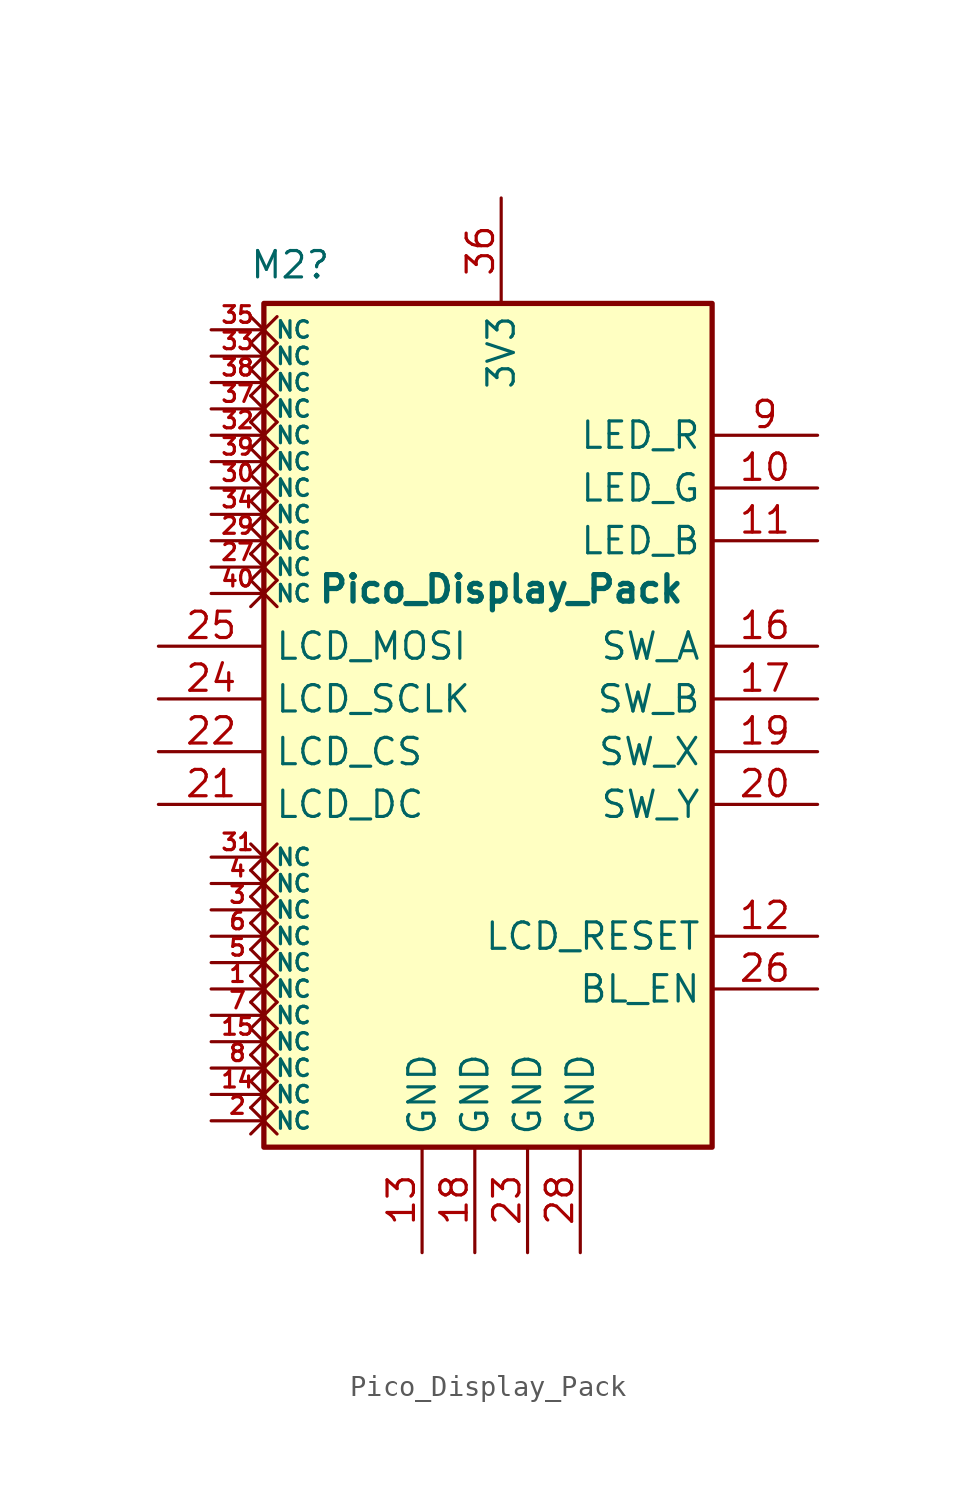
<source format=kicad_sym>
(kicad_symbol_lib
  (version 20211014)
  (generator kicad_symbol_editor)
  (symbol "solarpump:Pico_Display_Pack"
    (property "Reference" "M2"
      (at -10.16 22.178 0)
      (effects (font (size 1.27 1.27))))
    (property "Value" "Pico_Display_Pack"
      (at 0 6.56 0)
      (effects (font (size 1.27 1.27) bold)))
    (symbol "Pico_Display_Pack_0_1"
      (rectangle (start -11.43 20.32) (end 10.16 -20.32) (stroke (width 0.254) (type default) (color 0 0 0 0)) (fill (type background))))
    (symbol "Pico_Display_Pack_1_1"
      (pin unspecified non_logic (at -13.97 -12.7 0) (length 2.54) (name "NC" (effects (font (size 0.8 0.8)))) (number "1" (effects (font (size 0.8 0.8)))))
      (pin input line (at 15.24 11.43 180) (length 5.08) (name "LED_G" (effects (font (size 1.27 1.27)))) (number "10" (effects (font (size 1.27 1.27)))))
      (pin input line (at 15.24 8.89 180) (length 5.08) (name "LED_B" (effects (font (size 1.27 1.27)))) (number "11" (effects (font (size 1.27 1.27)))))
      (pin input line (at 15.24 -10.16 180) (length 5.08) (name "LCD_RESET" (effects (font (size 1.27 1.27)))) (number "12" (effects (font (size 1.27 1.27)))))
      (pin power_in line (at -3.81 -25.4 90) (length 5.08) (name "GND" (effects (font (size 1.27 1.27)))) (number "13" (effects (font (size 1.27 1.27)))))
      (pin unspecified non_logic (at -13.97 -17.78 0) (length 2.54) (name "NC" (effects (font (size 0.8 0.8)))) (number "14" (effects (font (size 0.8 0.8)))))
      (pin unspecified non_logic (at -13.97 -15.24 0) (length 2.54) (name "NC" (effects (font (size 0.8 0.8)))) (number "15" (effects (font (size 0.8 0.8)))))
      (pin input line (at 15.24 3.81 180) (length 5.08) (name "SW_A" (effects (font (size 1.27 1.27)))) (number "16" (effects (font (size 1.27 1.27)))))
      (pin input line (at 15.24 1.27 180) (length 5.08) (name "SW_B" (effects (font (size 1.27 1.27)))) (number "17" (effects (font (size 1.27 1.27)))))
      (pin power_in line (at -1.27 -25.4 90) (length 5.08) (name "GND" (effects (font (size 1.27 1.27)))) (number "18" (effects (font (size 1.27 1.27)))))
      (pin input line (at 15.24 -1.27 180) (length 5.08) (name "SW_X" (effects (font (size 1.27 1.27)))) (number "19" (effects (font (size 1.27 1.27)))))
      (pin unspecified non_logic (at -13.97 -19.05 0) (length 2.54) (name "NC" (effects (font (size 0.8 0.8)))) (number "2" (effects (font (size 0.8 0.8)))))
      (pin input line (at 15.24 -3.81 180) (length 5.08) (name "SW_Y" (effects (font (size 1.27 1.27)))) (number "20" (effects (font (size 1.27 1.27)))))
      (pin input line (at -16.51 -3.81 0) (length 5.08) (name "LCD_DC" (effects (font (size 1.27 1.27)))) (number "21" (effects (font (size 1.27 1.27)))))
      (pin input line (at -16.51 -1.27 0) (length 5.08) (name "LCD_CS" (effects (font (size 1.27 1.27)))) (number "22" (effects (font (size 1.27 1.27)))))
      (pin power_in line (at 1.27 -25.4 90) (length 5.08) (name "GND" (effects (font (size 1.27 1.27)))) (number "23" (effects (font (size 1.27 1.27)))))
      (pin input line (at -16.51 1.27 0) (length 5.08) (name "LCD_SCLK" (effects (font (size 1.27 1.27)))) (number "24" (effects (font (size 1.27 1.27)))))
      (pin input line (at -16.51 3.81 0) (length 5.08) (name "LCD_MOSI" (effects (font (size 1.27 1.27)))) (number "25" (effects (font (size 1.27 1.27)))))
      (pin input line (at 15.24 -12.7 180) (length 5.08) (name "BL_EN" (effects (font (size 1.27 1.27)))) (number "26" (effects (font (size 1.27 1.27)))))
      (pin unspecified non_logic (at -13.97 7.62 0) (length 2.54) (name "NC" (effects (font (size 0.8 0.8)))) (number "27" (effects (font (size 0.8 0.8)))))
      (pin power_in line (at 3.81 -25.4 90) (length 5.08) (name "GND" (effects (font (size 1.27 1.27)))) (number "28" (effects (font (size 1.27 1.27)))))
      (pin unspecified non_logic (at -13.97 8.89 0) (length 2.54) (name "NC" (effects (font (size 0.8 0.8)))) (number "29" (effects (font (size 0.8 0.8)))))
      (pin unspecified non_logic (at -13.97 -8.89 0) (length 2.54) (name "NC" (effects (font (size 0.8 0.8)))) (number "3" (effects (font (size 0.8 0.8)))))
      (pin unspecified non_logic (at -13.97 11.43 0) (length 2.54) (name "NC" (effects (font (size 0.8 0.8)))) (number "30" (effects (font (size 0.8 0.8)))))
      (pin unspecified non_logic (at -13.97 -6.35 0) (length 2.54) (name "NC" (effects (font (size 0.8 0.8)))) (number "31" (effects (font (size 0.8 0.8)))))
      (pin unspecified non_logic (at -13.97 13.97 0) (length 2.54) (name "NC" (effects (font (size 0.8 0.8)))) (number "32" (effects (font (size 0.8 0.8)))))
      (pin unspecified non_logic (at -13.97 17.78 0) (length 2.54) (name "NC" (effects (font (size 0.8 0.8)))) (number "33" (effects (font (size 0.8 0.8)))))
      (pin unspecified non_logic (at -13.97 10.16 0) (length 2.54) (name "NC" (effects (font (size 0.8 0.8)))) (number "34" (effects (font (size 0.8 0.8)))))
      (pin unspecified non_logic (at -13.97 19.05 0) (length 2.54) (name "NC" (effects (font (size 0.8 0.8)))) (number "35" (effects (font (size 0.8 0.8)))))
      (pin power_in line (at 0 25.4 270) (length 5.08) (name "3V3" (effects (font (size 1.27 1.27)))) (number "36" (effects (font (size 1.27 1.27)))))
      (pin unspecified non_logic (at -13.97 15.24 0) (length 2.54) (name "NC" (effects (font (size 0.8 0.8)))) (number "37" (effects (font (size 0.8 0.8)))))
      (pin unspecified non_logic (at -13.97 16.51 0) (length 2.54) (name "NC" (effects (font (size 0.8 0.8)))) (number "38" (effects (font (size 0.8 0.8)))))
      (pin unspecified non_logic (at -13.97 12.7 0) (length 2.54) (name "NC" (effects (font (size 0.8 0.8)))) (number "39" (effects (font (size 0.8 0.8)))))
      (pin unspecified non_logic (at -13.97 -7.62 0) (length 2.54) (name "NC" (effects (font (size 0.8 0.8)))) (number "4" (effects (font (size 0.8 0.8)))))
      (pin unspecified non_logic (at -13.97 6.35 0) (length 2.54) (name "NC" (effects (font (size 0.8 0.8)))) (number "40" (effects (font (size 0.8 0.8)))))
      (pin unspecified non_logic (at -13.97 -11.43 0) (length 2.54) (name "NC" (effects (font (size 0.8 0.8)))) (number "5" (effects (font (size 0.8 0.8)))))
      (pin unspecified non_logic (at -13.97 -10.16 0) (length 2.54) (name "NC" (effects (font (size 0.8 0.8)))) (number "6" (effects (font (size 0.8 0.8)))))
      (pin unspecified non_logic (at -13.97 -13.97 0) (length 2.54) (name "NC" (effects (font (size 0.8 0.8)))) (number "7" (effects (font (size 0.8 0.8)))))
      (pin unspecified non_logic (at -13.97 -16.51 0) (length 2.54) (name "NC" (effects (font (size 0.8 0.8)))) (number "8" (effects (font (size 0.8 0.8)))))
      (pin input line (at 15.24 13.97 180) (length 5.08) (name "LED_R" (effects (font (size 1.27 1.27)))) (number "9" (effects (font (size 1.27 1.27))))))))
</source>
